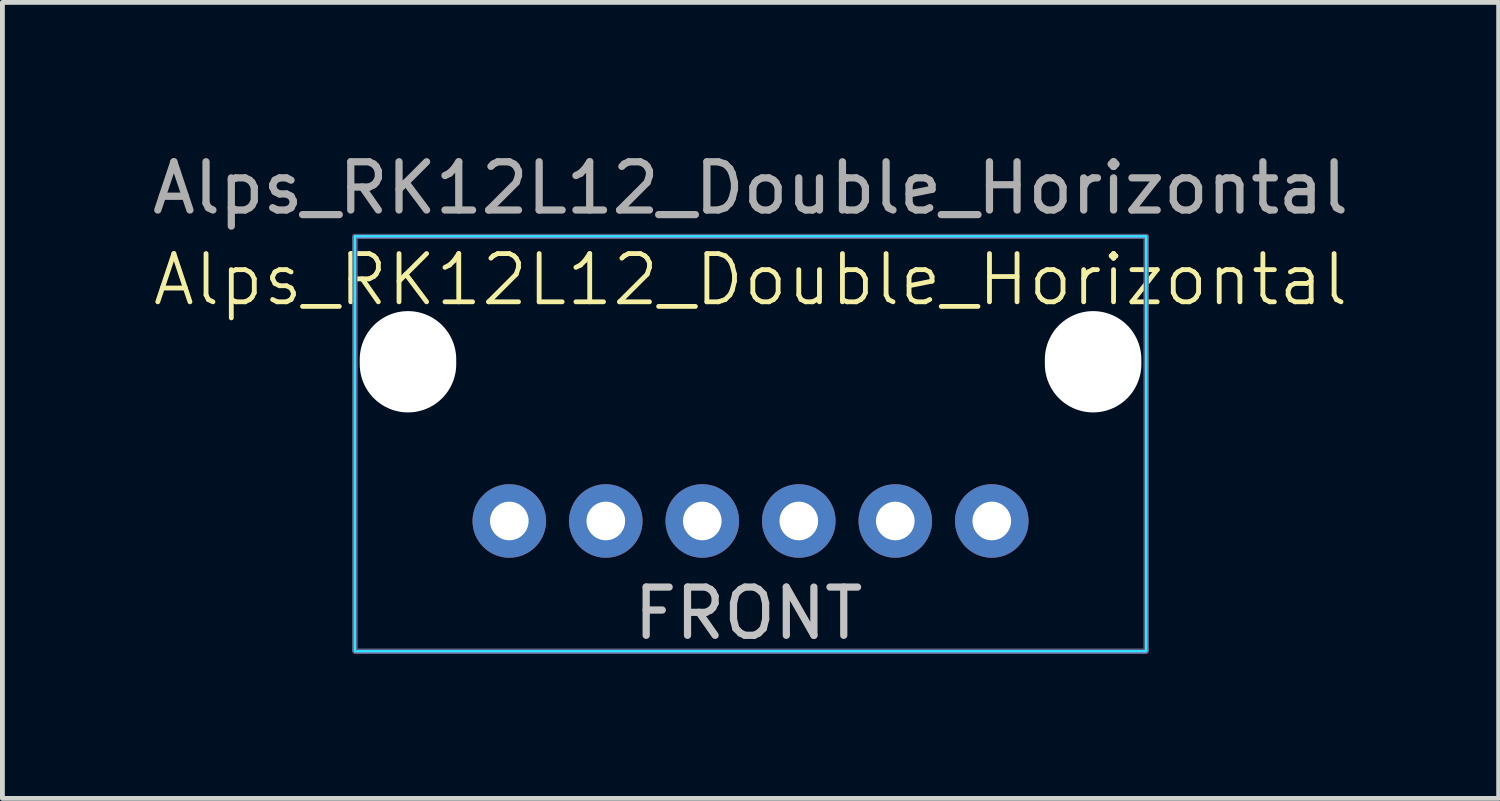
<source format=kicad_pcb>
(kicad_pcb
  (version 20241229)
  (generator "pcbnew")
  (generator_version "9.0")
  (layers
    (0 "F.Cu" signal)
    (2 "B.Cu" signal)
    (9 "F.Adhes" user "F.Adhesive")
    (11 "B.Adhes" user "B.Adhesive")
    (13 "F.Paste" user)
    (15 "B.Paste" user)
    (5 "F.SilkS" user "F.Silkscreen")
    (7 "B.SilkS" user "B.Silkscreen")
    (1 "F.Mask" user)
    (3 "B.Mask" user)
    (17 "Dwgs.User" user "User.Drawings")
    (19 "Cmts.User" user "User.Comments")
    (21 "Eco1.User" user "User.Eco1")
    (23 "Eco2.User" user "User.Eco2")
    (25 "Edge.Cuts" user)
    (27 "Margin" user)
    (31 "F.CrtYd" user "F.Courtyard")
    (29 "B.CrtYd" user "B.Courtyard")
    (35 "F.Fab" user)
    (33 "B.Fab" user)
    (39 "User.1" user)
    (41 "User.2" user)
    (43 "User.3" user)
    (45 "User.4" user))
  (footprint "Alps_RK12L12_Double_Horizontal"
    (layer "F.Cu")
    (at 12.506 4.448)
    (property "Reference" "Alps_RK12L12_Double_Horizontal" (at 0 -1.7 0) (unlocked yes) (layer "F.SilkS") (effects (font (size 1 1) (thickness 0.1))))
    (attr through_hole)
    (fp_rect (start -8.2 -2.6) (end 8.2 6) (stroke (width 0.05) (type default)) (fill no) (layer "B.CrtYd"))
    (fp_rect (start -8.2 -2.6) (end 8.2 6) (stroke (width 0.05) (type default)) (fill no) (layer "F.CrtYd"))
    (fp_rect (start -8.2 -2.6) (end 8.2 6) (stroke (width 0.1) (type default)) (fill no) (layer "B.Fab"))
    (fp_rect (start -8.2 -2.6) (end 8.2 6) (stroke (width 0.1) (type default)) (fill no) (layer "F.Fab"))
    (fp_text user "FRONT" (at -2.5 5.8 0) (unlocked yes) (layer "Dwgs.User") (effects (font (size 1 1) (thickness 0.15)) (justify left bottom)))
    (fp_text user "${REFERENCE}" (at 0 -3.6 0) (unlocked yes) (layer "F.Fab") (effects (font (size 1 1) (thickness 0.15))))
    (pad "" np_thru_hole oval (at -7.1 0) (size 2 2.1) (drill oval 2 2.1) (layers "*.Cu" "*.Mask"))
    (pad "" np_thru_hole oval (at 7.1 0) (size 2 2.1) (drill oval 2 2.1) (layers "*.Cu" "*.Mask"))
    (pad "1" thru_hole circle (at -1 3.3) (size 1.524 1.524) (drill 0.8) (layers "*.Cu" "*.Mask"))
    (pad "2" thru_hole circle (at 1 3.3) (size 1.524 1.524) (drill 0.8) (layers "*.Cu" "*.Mask"))
    (pad "3" thru_hole circle (at 3 3.3) (size 1.524 1.524) (drill 0.8) (layers "*.Cu" "*.Mask"))
    (pad "4" thru_hole circle (at -3 3.3) (size 1.524 1.524) (drill 0.8) (layers "*.Cu" "*.Mask"))
    (pad "5" thru_hole circle (at -5 3.3) (size 1.524 1.524) (drill 0.8) (layers "*.Cu" "*.Mask"))
    (pad "6" thru_hole circle (at 5 3.3) (size 1.524 1.524) (drill 0.8) (layers "*.Cu" "*.Mask")))
  (gr_rect
    (start -3 -3)
    (end 28.012 13.498)
    (stroke (width 0.1) (type default))
    (fill no)
    (layer "Edge.Cuts")))
</source>
